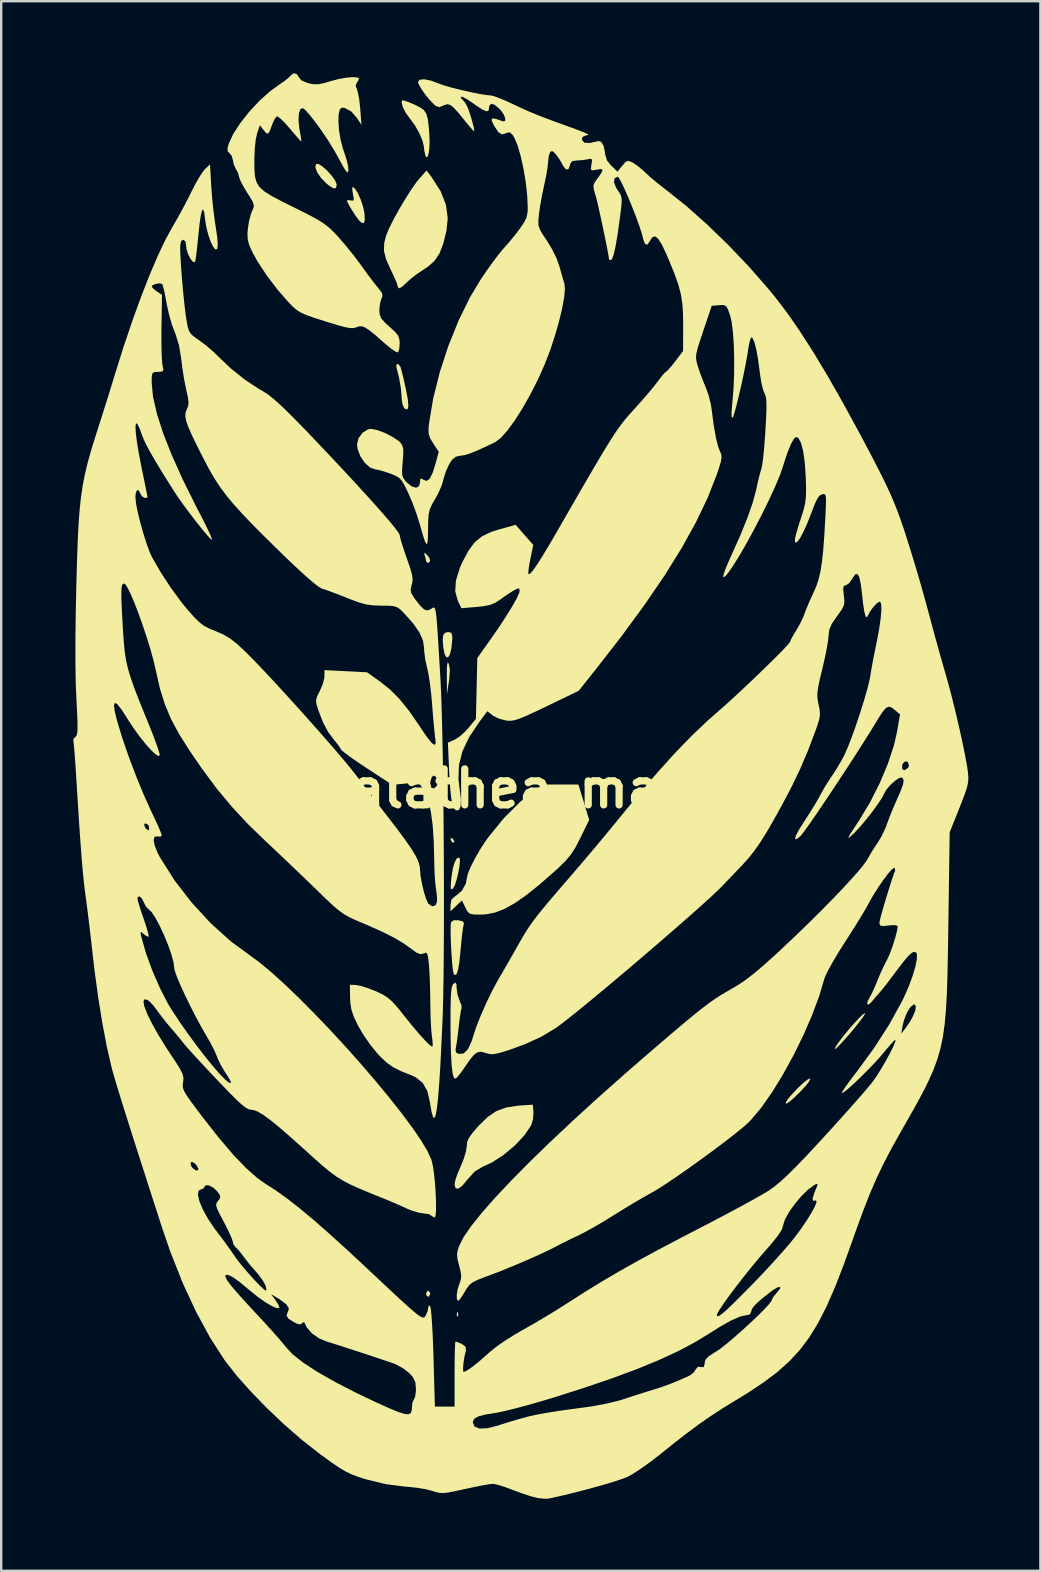
<source format=kicad_pcb>
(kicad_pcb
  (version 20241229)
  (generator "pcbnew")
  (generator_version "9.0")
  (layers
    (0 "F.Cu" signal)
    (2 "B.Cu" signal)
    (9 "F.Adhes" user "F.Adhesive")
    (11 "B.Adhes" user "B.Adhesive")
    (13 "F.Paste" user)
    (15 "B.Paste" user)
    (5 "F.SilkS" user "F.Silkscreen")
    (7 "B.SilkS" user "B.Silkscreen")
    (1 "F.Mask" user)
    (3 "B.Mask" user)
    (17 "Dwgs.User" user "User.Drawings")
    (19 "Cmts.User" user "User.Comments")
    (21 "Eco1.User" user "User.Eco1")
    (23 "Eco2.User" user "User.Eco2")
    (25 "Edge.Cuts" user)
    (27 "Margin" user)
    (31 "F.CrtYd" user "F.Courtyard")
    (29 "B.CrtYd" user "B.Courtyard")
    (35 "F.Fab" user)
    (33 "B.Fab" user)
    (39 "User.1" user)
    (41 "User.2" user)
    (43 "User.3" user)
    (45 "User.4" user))
  (footprint "calathea_mask"
    (layer "F.Cu")
    (at 18.592 29.795)
    (property "Reference" "calathea_mask" (at 0 0 0) (layer "F.SilkS") (effects (font (size 1.5 1.5) (thickness 0.3))))
    (attr board_only exclude_from_pos_files exclude_from_bom)
    (fp_poly (pts (xy -2.567 21.828) (xy -2.557 21.96) (xy -2.574 21.99) (xy -2.612 21.965) (xy -2.618 21.879) (xy -2.597 21.789)) (stroke (width 0) (type solid)) (fill yes) (layer "F.SilkS"))
    (fp_poly (pts (xy -3.735 20.981) (xy -3.725 21.04) (xy -3.771 21.152) (xy -3.81 21.167) (xy -3.885 21.098) (xy -3.895 21.04) (xy -3.849 20.927) (xy -3.81 20.913)) (stroke (width 0) (type solid)) (fill yes) (layer "F.SilkS"))
    (fp_poly (pts (xy -2.778 2.098) (xy -2.714 2.206) (xy -2.722 2.242) (xy -2.81 2.24) (xy -2.822 2.23) (xy -2.878 2.099) (xy -2.879 2.086) (xy -2.836 2.054)) (stroke (width 0) (type solid)) (fill yes) (layer "F.SilkS"))
    (fp_poly (pts (xy -2.949 -5.195) (xy -2.904 -4.964) (xy -2.928 -4.589) (xy -2.944 -4.476) (xy -3.026 -3.937) (xy -3.031 -4.657) (xy -3.03 -5) (xy -3.016 -5.192) (xy -2.988 -5.248)) (stroke (width 0) (type solid)) (fill yes) (layer "F.SilkS"))
    (fp_poly (pts (xy -3.918 -9.787) (xy -3.868 -9.747) (xy -3.757 -9.608) (xy -3.728 -9.472) (xy -3.791 -9.4) (xy -3.81 -9.398) (xy -3.892 -9.457) (xy -3.895 -9.476) (xy -3.922 -9.615) (xy -3.953 -9.709) (xy -3.981 -9.813)) (stroke (width 0) (type solid)) (fill yes) (layer "F.SilkS"))
    (fp_poly (pts (xy -2.843 -6.484) (xy -2.804 -6.348) (xy -2.804 -6.244) (xy -2.837 -5.871) (xy -2.897 -5.61) (xy -2.972 -5.472) (xy -3.053 -5.469) (xy -3.126 -5.611) (xy -3.177 -5.873) (xy -3.204 -6.207) (xy -3.176 -6.406) (xy -3.084 -6.5) (xy -2.958 -6.519)) (stroke (width 0) (type solid)) (fill yes) (layer "F.SilkS"))
    (fp_poly (pts (xy -8.374 -26.013) (xy -8.208 -25.907) (xy -8.014 -25.735) (xy -7.828 -25.531) (xy -7.685 -25.331) (xy -7.621 -25.172) (xy -7.62 -25.157) (xy -7.648 -25.014) (xy -7.743 -24.995) (xy -7.922 -25.104) (xy -8.04 -25.198) (xy -8.269 -25.43) (xy -8.432 -25.671) (xy -8.508 -25.88) (xy -8.477 -26.016)) (stroke (width 0) (type solid)) (fill yes) (layer "F.SilkS"))
    (fp_poly (pts (xy 12.107 12.102) (xy 12.049 12.213) (xy 11.9 12.398) (xy 11.697 12.617) (xy 11.476 12.835) (xy 11.276 13.012) (xy 11.132 13.113) (xy 11.098 13.123) (xy 11.089 13.068) (xy 11.178 12.925) (xy 11.312 12.764) (xy 11.587 12.474) (xy 11.823 12.251) (xy 12 12.114) (xy 12.096 12.078)) (stroke (width 0) (type solid)) (fill yes) (layer "F.SilkS"))
    (fp_poly (pts (xy -2.502 2.889) (xy -2.483 3.003) (xy -2.504 3.226) (xy -2.554 3.505) (xy -2.622 3.787) (xy -2.696 4.019) (xy -2.765 4.149) (xy -2.832 4.199) (xy -2.865 4.167) (xy -2.868 4.026) (xy -2.845 3.749) (xy -2.838 3.683) (xy -2.785 3.34) (xy -2.707 3.072) (xy -2.616 2.906) (xy -2.524 2.872)) (stroke (width 0) (type solid)) (fill yes) (layer "F.SilkS"))
    (fp_poly (pts (xy 14.39 9.364) (xy 14.339 9.463) (xy 14.201 9.654) (xy 14.005 9.903) (xy 13.776 10.178) (xy 13.545 10.445) (xy 13.336 10.671) (xy 13.18 10.823) (xy 13.163 10.837) (xy 13.12 10.847) (xy 13.169 10.744) (xy 13.276 10.583) (xy 13.476 10.319) (xy 13.702 10.042) (xy 13.929 9.781) (xy 14.135 9.561) (xy 14.293 9.41) (xy 14.38 9.353)) (stroke (width 0) (type solid)) (fill yes) (layer "F.SilkS"))
    (fp_poly (pts (xy -4.97 -17.58) (xy -4.96 -17.557) (xy -4.919 -17.415) (xy -4.854 -17.154) (xy -4.777 -16.819) (xy -4.74 -16.651) (xy -4.656 -16.206) (xy -4.633 -15.919) (xy -4.672 -15.789) (xy -4.772 -15.816) (xy -4.809 -15.85) (xy -4.875 -15.995) (xy -4.911 -16.228) (xy -4.913 -16.294) (xy -4.943 -16.668) (xy -5.022 -17.116) (xy -5.131 -17.547) (xy -5.13 -17.671) (xy -5.057 -17.683)) (stroke (width 0) (type solid)) (fill yes) (layer "F.SilkS"))
    (fp_poly (pts (xy -2.543 5.485) (xy -2.36 5.534) (xy -2.317 5.619) (xy -2.329 5.662) (xy -2.358 5.8) (xy -2.393 6.065) (xy -2.43 6.417) (xy -2.458 6.723) (xy -2.509 7.229) (xy -2.567 7.569) (xy -2.633 7.745) (xy -2.707 7.761) (xy -2.745 7.715) (xy -2.774 7.592) (xy -2.803 7.343) (xy -2.829 7.009) (xy -2.852 6.633) (xy -2.868 6.258) (xy -2.875 5.926) (xy -2.871 5.68) (xy -2.857 5.568) (xy -2.745 5.482)) (stroke (width 0) (type solid)) (fill yes) (layer "F.SilkS"))
    (fp_poly (pts (xy -6.854 -24.987) (xy -6.737 -24.795) (xy -6.619 -24.531) (xy -6.521 -24.242) (xy -6.463 -23.974) (xy -6.462 -23.964) (xy -6.447 -23.678) (xy -6.491 -23.549) (xy -6.595 -23.576) (xy -6.704 -23.686) (xy -6.821 -23.842) (xy -6.96 -24.056) (xy -7.09 -24.272) (xy -7.178 -24.437) (xy -7.197 -24.492) (xy -7.129 -24.511) (xy -7.034 -24.495) (xy -6.932 -24.485) (xy -6.905 -24.556) (xy -6.939 -24.75) (xy -6.941 -24.757) (xy -6.971 -24.953) (xy -6.959 -25.057) (xy -6.949 -25.061)) (stroke (width 0) (type solid)) (fill yes) (layer "F.SilkS"))
    (fp_poly (pts (xy -4.8 -28.653) (xy -4.602 -28.584) (xy -4.383 -28.49) (xy -4.143 -28.371) (xy -3.982 -28.254) (xy -3.882 -28.099) (xy -3.821 -27.869) (xy -3.781 -27.527) (xy -3.763 -27.305) (xy -3.749 -26.973) (xy -3.76 -26.678) (xy -3.79 -26.448) (xy -3.835 -26.314) (xy -3.888 -26.302) (xy -3.921 -26.363) (xy -3.971 -26.577) (xy -3.981 -26.698) (xy -4.034 -26.954) (xy -4.168 -27.28) (xy -4.356 -27.618) (xy -4.57 -27.908) (xy -4.571 -27.91) (xy -4.743 -28.144) (xy -4.864 -28.383) (xy -4.914 -28.577) (xy -4.891 -28.665)) (stroke (width 0) (type solid)) (fill yes) (layer "F.SilkS"))
    (fp_poly (pts (xy -3.666 -25.467) (xy -3.29 -24.879) (xy -3.068 -24.317) (xy -2.994 -23.756) (xy -3.048 -23.233) (xy -3.179 -22.697) (xy -3.335 -22.295) (xy -3.537 -21.99) (xy -3.805 -21.747) (xy -3.969 -21.638) (xy -4.266 -21.44) (xy -4.541 -21.227) (xy -4.694 -21.088) (xy -4.906 -20.891) (xy -5.033 -20.835) (xy -5.08 -20.918) (xy -5.08 -20.934) (xy -5.117 -21.056) (xy -5.212 -21.283) (xy -5.348 -21.571) (xy -5.377 -21.627) (xy -5.563 -22.048) (xy -5.649 -22.394) (xy -5.64 -22.721) (xy -5.56 -23.036) (xy -5.442 -23.324) (xy -5.251 -23.704) (xy -5.014 -24.134) (xy -4.757 -24.568) (xy -4.506 -24.962) (xy -4.285 -25.272) (xy -4.205 -25.369) (xy -3.875 -25.745)) (stroke (width 0) (type solid)) (fill yes) (layer "F.SilkS"))
    (fp_poly (pts (xy 0.576 13.478) (xy 0.56 13.761) (xy 0.484 14.018) (xy 0.479 14.028) (xy 0.2 14.442) (xy -0.196 14.863) (xy -0.661 15.253) (xy -1.15 15.571) (xy -1.551 15.756) (xy -1.878 15.953) (xy -2.165 16.275) (xy -2.381 16.536) (xy -2.551 16.662) (xy -2.665 16.649) (xy -2.709 16.492) (xy -2.709 16.475) (xy -2.674 16.297) (xy -2.581 16.027) (xy -2.455 15.734) (xy -2.324 15.413) (xy -2.233 15.104) (xy -2.201 14.892) (xy -2.183 14.72) (xy -2.112 14.55) (xy -1.966 14.344) (xy -1.722 14.064) (xy -1.686 14.025) (xy -1.321 13.669) (xy -0.965 13.43) (xy -0.566 13.284) (xy -0.07 13.207) (xy 0.127 13.192) (xy 0.55 13.166)) (stroke (width 0) (type solid)) (fill yes) (layer "F.SilkS"))
    (fp_poly (pts (xy 2.674 0.566) (xy 2.898 1.301) (xy 2.529 2.058) (xy 2.331 2.44) (xy 2.144 2.736) (xy 1.923 3.001) (xy 1.628 3.292) (xy 1.482 3.425) (xy 0.836 3.99) (xy 0.281 4.436) (xy -0.201 4.772) (xy -0.63 5.011) (xy -1.022 5.162) (xy -1.396 5.237) (xy -1.631 5.249) (xy -1.909 5.244) (xy -2.071 5.21) (xy -2.17 5.123) (xy -2.258 4.958) (xy -2.261 4.952) (xy -2.403 4.656) (xy -2.641 4.884) (xy -2.879 5.112) (xy -2.879 4.844) (xy -2.837 4.62) (xy -2.679 4.474) (xy -2.641 4.454) (xy -2.4 4.248) (xy -2.24 3.958) (xy -2.201 3.743) (xy -2.155 3.542) (xy -2.03 3.243) (xy -1.846 2.883) (xy -1.624 2.5) (xy -1.382 2.134) (xy -1.308 2.032) (xy -0.654 1.228) (xy 0.016 0.56) (xy 0.461 0.199) (xy 0.965 -0.169) (xy 1.708 -0.169) (xy 2.45 -0.169)) (stroke (width 0) (type solid)) (fill yes) (layer "F.SilkS"))
    (fp_poly (pts (xy -9.272 -29.757) (xy -9.206 -29.639) (xy -9.083 -29.494) (xy -8.81 -29.381) (xy -8.807 -29.38) (xy -8.581 -29.334) (xy -8.367 -29.338) (xy -8.1 -29.397) (xy -7.894 -29.459) (xy -7.545 -29.551) (xy -7.213 -29.611) (xy -6.934 -29.633) (xy -6.747 -29.616) (xy -6.689 -29.566) (xy -6.741 -29.452) (xy -6.781 -29.405) (xy -6.83 -29.274) (xy -6.78 -29.139) (xy -6.729 -28.972) (xy -6.68 -28.693) (xy -6.642 -28.356) (xy -6.638 -28.304) (xy -6.588 -27.644) (xy -6.761 -27.913) (xy -7.008 -28.2) (xy -7.282 -28.348) (xy -7.403 -28.363) (xy -7.49 -28.287) (xy -7.538 -28.082) (xy -7.548 -27.783) (xy -7.522 -27.426) (xy -7.461 -27.047) (xy -7.368 -26.68) (xy -7.319 -26.54) (xy -7.215 -26.222) (xy -7.146 -25.938) (xy -7.129 -25.748) (xy -7.129 -25.746) (xy -7.153 -25.67) (xy -7.205 -25.688) (xy -7.297 -25.818) (xy -7.442 -26.075) (xy -7.556 -26.289) (xy -7.757 -26.643) (xy -7.996 -27.027) (xy -8.254 -27.409) (xy -8.509 -27.761) (xy -8.739 -28.054) (xy -8.923 -28.258) (xy -9.035 -28.342) (xy -9.133 -28.302) (xy -9.193 -28.129) (xy -9.21 -27.856) (xy -9.178 -27.515) (xy -9.165 -27.442) (xy -9.12 -27.182) (xy -9.094 -27.003) (xy -9.092 -26.951) (xy -9.148 -27.003) (xy -9.286 -27.158) (xy -9.48 -27.385) (xy -9.561 -27.482) (xy -9.779 -27.729) (xy -9.965 -27.91) (xy -10.087 -27.997) (xy -10.11 -28) (xy -10.193 -27.907) (xy -10.286 -27.712) (xy -10.312 -27.641) (xy -10.404 -27.387) (xy -10.477 -27.279) (xy -10.558 -27.302) (xy -10.663 -27.425) (xy -10.816 -27.628) (xy -10.932 -27.297) (xy -10.989 -27.04) (xy -11.03 -26.666) (xy -11.048 -26.23) (xy -11.049 -26.147) (xy -11.045 -25.774) (xy -11.02 -25.483) (xy -10.955 -25.25) (xy -10.831 -25.054) (xy -10.63 -24.873) (xy -10.332 -24.684) (xy -9.918 -24.464) (xy -9.4 -24.207) (xy -8.909 -23.963) (xy -8.54 -23.77) (xy -8.261 -23.606) (xy -8.042 -23.451) (xy -7.849 -23.284) (xy -7.652 -23.084) (xy -7.565 -22.99) (xy -7.263 -22.641) (xy -6.928 -22.228) (xy -6.622 -21.824) (xy -6.552 -21.727) (xy -6.319 -21.404) (xy -6.098 -21.109) (xy -5.923 -20.887) (xy -5.862 -20.815) (xy -5.73 -20.641) (xy -5.714 -20.504) (xy -5.75 -20.419) (xy -5.812 -20.219) (xy -5.841 -19.957) (xy -5.842 -19.923) (xy -5.825 -19.73) (xy -5.756 -19.572) (xy -5.602 -19.4) (xy -5.419 -19.236) (xy -5.185 -19.022) (xy -5.057 -18.859) (xy -5.004 -18.697) (xy -4.995 -18.542) (xy -5.013 -18.32) (xy -5.057 -18.181) (xy -5.07 -18.167) (xy -5.164 -18.198) (xy -5.346 -18.321) (xy -5.583 -18.513) (xy -5.667 -18.586) (xy -6.015 -18.892) (xy -6.268 -19.096) (xy -6.45 -19.213) (xy -6.589 -19.258) (xy -6.712 -19.246) (xy -6.795 -19.213) (xy -6.906 -19.181) (xy -7.053 -19.18) (xy -7.265 -19.218) (xy -7.572 -19.3) (xy -8.004 -19.431) (xy -8.104 -19.463) (xy -8.551 -19.606) (xy -8.872 -19.72) (xy -9.104 -19.822) (xy -9.282 -19.933) (xy -9.442 -20.07) (xy -9.621 -20.253) (xy -9.623 -20.255) (xy -10.095 -20.795) (xy -10.54 -21.383) (xy -10.919 -21.961) (xy -11.111 -22.306) (xy -11.253 -22.613) (xy -11.322 -22.855) (xy -11.335 -23.108) (xy -11.322 -23.297) (xy -11.273 -23.619) (xy -11.197 -23.915) (xy -11.147 -24.045) (xy -11.083 -24.187) (xy -11.071 -24.307) (xy -11.121 -24.45) (xy -11.246 -24.662) (xy -11.35 -24.825) (xy -11.515 -25.098) (xy -11.634 -25.332) (xy -11.684 -25.476) (xy -11.684 -25.482) (xy -11.733 -25.658) (xy -11.808 -25.786) (xy -11.91 -26.003) (xy -11.935 -26.153) (xy -11.992 -26.353) (xy -12.076 -26.456) (xy -12.161 -26.549) (xy -12.164 -26.685) (xy -12.115 -26.859) (xy -11.928 -27.264) (xy -11.631 -27.723) (xy -11.255 -28.198) (xy -10.833 -28.65) (xy -10.395 -29.043) (xy -10.075 -29.276) (xy -9.824 -29.448) (xy -9.63 -29.6) (xy -9.542 -29.689) (xy -9.409 -29.795)) (stroke (width 0) (type solid)) (fill yes) (layer "F.SilkS"))
    (fp_poly (pts (xy -3.707 -29.491) (xy -3.397 -29.377) (xy -3.161 -29.291) (xy -2.813 -29.191) (xy -2.403 -29.089) (xy -1.982 -28.994) (xy -1.598 -28.92) (xy -1.302 -28.877) (xy -1.201 -28.871) (xy -1.056 -28.836) (xy -0.8 -28.74) (xy -0.476 -28.6) (xy -0.24 -28.49) (xy 0.09 -28.335) (xy 0.406 -28.194) (xy 0.744 -28.055) (xy 1.138 -27.902) (xy 1.623 -27.723) (xy 2.201 -27.515) (xy 2.466 -27.416) (xy 2.7 -27.323) (xy 2.709 -27.319) (xy 2.851 -27.253) (xy 2.844 -27.221) (xy 2.74 -27.199) (xy 2.605 -27.131) (xy 2.6 -27.008) (xy 2.701 -26.901) (xy 2.926 -26.889) (xy 3.28 -26.971) (xy 3.4 -26.931) (xy 3.499 -26.767) (xy 3.552 -26.524) (xy 3.556 -26.437) (xy 3.64 -26.159) (xy 3.817 -25.945) (xy 4.078 -25.696) (xy 4.278 -25.946) (xy 4.419 -26.105) (xy 4.528 -26.147) (xy 4.674 -26.092) (xy 4.711 -26.073) (xy 4.914 -25.937) (xy 5.152 -25.738) (xy 5.241 -25.654) (xy 5.456 -25.457) (xy 5.75 -25.211) (xy 6.065 -24.965) (xy 6.105 -24.934) (xy 6.934 -24.273) (xy 7.809 -23.497) (xy 8.694 -22.639) (xy 9.557 -21.733) (xy 10.363 -20.812) (xy 10.628 -20.489) (xy 11.137 -19.823) (xy 11.671 -19.054) (xy 12.237 -18.173) (xy 12.84 -17.169) (xy 13.486 -16.033) (xy 14.183 -14.755) (xy 14.645 -13.881) (xy 14.978 -13.237) (xy 15.245 -12.699) (xy 15.464 -12.228) (xy 15.651 -11.782) (xy 15.825 -11.322) (xy 16.003 -10.806) (xy 16.103 -10.499) (xy 16.304 -9.86) (xy 16.524 -9.132) (xy 16.742 -8.385) (xy 16.937 -7.689) (xy 17.024 -7.366) (xy 17.178 -6.788) (xy 17.343 -6.183) (xy 17.504 -5.604) (xy 17.646 -5.102) (xy 17.729 -4.819) (xy 17.867 -4.329) (xy 18.017 -3.757) (xy 18.169 -3.139) (xy 18.315 -2.511) (xy 18.448 -1.909) (xy 18.558 -1.369) (xy 18.638 -0.929) (xy 18.674 -0.677) (xy 18.69 -0.468) (xy 18.681 -0.277) (xy 18.638 -0.065) (xy 18.55 0.206) (xy 18.41 0.576) (xy 18.319 0.804) (xy 17.912 1.82) (xy 17.856 5.715) (xy 17.84 6.789) (xy 17.821 7.713) (xy 17.796 8.51) (xy 17.759 9.197) (xy 17.705 9.797) (xy 17.631 10.329) (xy 17.53 10.814) (xy 17.4 11.272) (xy 17.233 11.723) (xy 17.027 12.188) (xy 16.776 12.687) (xy 16.476 13.24) (xy 16.121 13.868) (xy 15.851 14.34) (xy 15.478 15.007) (xy 15.156 15.622) (xy 14.868 16.226) (xy 14.595 16.857) (xy 14.32 17.555) (xy 14.025 18.36) (xy 13.887 18.754) (xy 13.501 19.827) (xy 13.141 20.754) (xy 12.791 21.554) (xy 12.44 22.245) (xy 12.072 22.846) (xy 11.674 23.377) (xy 11.233 23.855) (xy 10.735 24.3) (xy 10.165 24.73) (xy 9.512 25.165) (xy 8.975 25.494) (xy 8.446 25.818) (xy 7.959 26.135) (xy 7.479 26.469) (xy 6.972 26.844) (xy 6.404 27.286) (xy 5.823 27.752) (xy 5.453 28.038) (xy 5.075 28.308) (xy 4.738 28.529) (xy 4.512 28.657) (xy 4.282 28.749) (xy 3.921 28.868) (xy 3.464 29.005) (xy 2.944 29.15) (xy 2.397 29.294) (xy 1.857 29.427) (xy 1.357 29.54) (xy 1.185 29.575) (xy 1.024 29.577) (xy 0.782 29.55) (xy 0.72 29.54) (xy 0.476 29.477) (xy 0.143 29.37) (xy -0.214 29.238) (xy -0.268 29.217) (xy -0.597 29.094) (xy -0.887 29.003) (xy -1.087 28.958) (xy -1.115 28.956) (xy -1.275 28.974) (xy -1.558 29.023) (xy -1.922 29.096) (xy -2.275 29.173) (xy -2.691 29.264) (xy -2.983 29.32) (xy -3.191 29.341) (xy -3.355 29.331) (xy -3.515 29.291) (xy -3.629 29.253) (xy -3.9 29.184) (xy -4.271 29.122) (xy -4.674 29.079) (xy -4.784 29.071) (xy -5.576 28.97) (xy -6.39 28.771) (xy -6.717 28.668) (xy -6.987 28.567) (xy -7.236 28.448) (xy -7.5 28.293) (xy -7.814 28.08) (xy -8.214 27.79) (xy -8.379 27.668) (xy -9.079 27.117) (xy -9.802 26.488) (xy -9.892 26.403) (xy -1.947 26.403) (xy -1.877 26.573) (xy -1.677 26.653) (xy -1.36 26.643) (xy -0.941 26.541) (xy -0.889 26.524) (xy -0.491 26.397) (xy -0.032 26.261) (xy 0.36 26.153) (xy 0.688 26.08) (xy 1.133 25.998) (xy 1.642 25.917) (xy 2.164 25.845) (xy 2.307 25.827) (xy 3.015 25.729) (xy 3.642 25.612) (xy 4.151 25.486) (xy 4.276 25.447) (xy 4.693 25.311) (xy 5.145 25.167) (xy 5.535 25.047) (xy 5.546 25.044) (xy 5.957 24.912) (xy 6.351 24.765) (xy 6.793 24.578) (xy 7.089 24.444) (xy 7.258 24.313) (xy 7.329 24.198) (xy 7.423 24.082) (xy 7.542 24.09) (xy 7.664 24.096) (xy 7.704 23.98) (xy 7.705 23.932) (xy 7.739 23.789) (xy 7.864 23.654) (xy 8.11 23.494) (xy 8.157 23.467) (xy 8.352 23.336) (xy 8.62 23.125) (xy 8.936 22.858) (xy 9.278 22.557) (xy 9.619 22.244) (xy 9.936 21.943) (xy 10.203 21.675) (xy 10.397 21.464) (xy 10.493 21.331) (xy 10.499 21.31) (xy 10.553 21.194) (xy 10.687 21.023) (xy 10.726 20.981) (xy 10.85 20.822) (xy 10.848 20.752) (xy 10.737 20.776) (xy 10.539 20.896) (xy 10.488 20.934) (xy 10.111 21.23) (xy 9.859 21.45) (xy 9.713 21.614) (xy 9.655 21.737) (xy 9.652 21.768) (xy 9.591 21.901) (xy 9.461 21.931) (xy 9.194 21.985) (xy 8.823 22.146) (xy 8.341 22.417) (xy 7.916 22.686) (xy 7.297 23.063) (xy 6.6 23.432) (xy 5.808 23.798) (xy 4.908 24.169) (xy 3.885 24.549) (xy 2.724 24.946) (xy 1.45 25.352) (xy 0.88 25.524) (xy 0.321 25.683) (xy -0.192 25.82) (xy -0.623 25.926) (xy -0.938 25.992) (xy -1 26.002) (xy -1.43 26.072) (xy -1.714 26.147) (xy -1.877 26.237) (xy -1.943 26.352) (xy -1.947 26.403) (xy -9.892 26.403) (xy -10.513 25.814) (xy -11.181 25.128) (xy -11.773 24.462) (xy -12.256 23.849) (xy -12.297 23.791) (xy -12.897 22.859) (xy -13.479 21.785) (xy -14.031 20.594) (xy -14.133 20.336) (xy -12.257 20.336) (xy -12.188 20.471) (xy -12.033 20.681) (xy -11.784 20.977) (xy -11.433 21.369) (xy -10.97 21.868) (xy -10.936 21.904) (xy -10.594 22.274) (xy -10.276 22.625) (xy -10.01 22.927) (xy -9.819 23.154) (xy -9.75 23.242) (xy -9.462 23.555) (xy -9.015 23.909) (xy -8.414 24.3) (xy -7.665 24.726) (xy -6.772 25.184) (xy -5.927 25.585) (xy -5.423 25.812) (xy -5.051 25.965) (xy -4.792 26.047) (xy -4.625 26.06) (xy -4.532 26.008) (xy -4.493 25.892) (xy -4.487 25.786) (xy -4.465 25.575) (xy -4.41 25.448) (xy -4.403 25.442) (xy -4.352 25.333) (xy -4.322 25.118) (xy -4.318 25.006) (xy -4.342 24.727) (xy -4.439 24.521) (xy -4.593 24.347) (xy -4.855 24.143) (xy -5.167 23.974) (xy -5.249 23.942) (xy -5.621 23.816) (xy -6.057 23.67) (xy -6.522 23.516) (xy -6.981 23.366) (xy -7.399 23.23) (xy -7.739 23.122) (xy -7.968 23.052) (xy -8.016 23.038) (xy -8.355 22.897) (xy -8.655 22.686) (xy -8.862 22.446) (xy -8.901 22.366) (xy -8.975 22.226) (xy -9.042 22.241) (xy -9.053 22.257) (xy -9.13 22.319) (xy -9.266 22.289) (xy -9.381 22.234) (xy -9.621 22.084) (xy -9.709 21.95) (xy -9.659 21.81) (xy -9.648 21.796) (xy -9.607 21.649) (xy -9.719 21.478) (xy -9.988 21.275) (xy -10.08 21.219) (xy -10.351 21.06) (xy -10.156 21.324) (xy -10.043 21.503) (xy -10.004 21.622) (xy -10.01 21.637) (xy -10.122 21.638) (xy -10.332 21.546) (xy -10.611 21.379) (xy -10.928 21.154) (xy -11.253 20.89) (xy -11.263 20.881) (xy -11.669 20.544) (xy -11.968 20.333) (xy -12.165 20.247) (xy -12.249 20.264) (xy -12.257 20.336) (xy -14.133 20.336) (xy -14.539 19.314) (xy -14.882 18.318) (xy -15.272 17.111) (xy -15.334 16.918) (xy -13.398 16.918) (xy -13.338 17.186) (xy -13.196 17.525) (xy -12.981 17.914) (xy -12.699 18.334) (xy -12.564 18.512) (xy -12.32 18.834) (xy -12.072 19.177) (xy -11.899 19.431) (xy -11.739 19.653) (xy -11.522 19.922) (xy -11.277 20.208) (xy -11.031 20.481) (xy -10.81 20.709) (xy -10.644 20.863) (xy -10.562 20.913) (xy -10.546 20.845) (xy -10.59 20.682) (xy -10.59 20.68) (xy -10.699 20.483) (xy -10.879 20.239) (xy -10.993 20.108) (xy -11.22 19.848) (xy -11.434 19.579) (xy -11.511 19.473) (xy -11.664 19.271) (xy -11.798 19.13) (xy -11.826 19.109) (xy -11.926 18.973) (xy -11.939 18.898) (xy -11.978 18.763) (xy -12.082 18.522) (xy -12.232 18.216) (xy -12.322 18.043) (xy -12.498 17.711) (xy -12.6 17.493) (xy -12.64 17.354) (xy -12.625 17.261) (xy -12.565 17.178) (xy -12.56 17.173) (xy -12.471 17.053) (xy -12.478 16.947) (xy -12.588 16.783) (xy -12.74 16.634) (xy -12.913 16.538) (xy -13.057 16.514) (xy -13.123 16.578) (xy -13.123 16.589) (xy -13.191 16.671) (xy -13.241 16.679) (xy -13.368 16.742) (xy -13.398 16.918) (xy -15.334 16.918) (xy -15.612 16.053) (xy -15.761 15.59) (xy -13.709 15.59) (xy -13.68 15.718) (xy -13.629 15.793) (xy -13.497 15.901) (xy -13.399 15.9) (xy -13.377 15.839) (xy -13.432 15.723) (xy -13.522 15.616) (xy -13.647 15.542) (xy -13.709 15.59) (xy -15.761 15.59) (xy -15.907 15.135) (xy -16.159 14.346) (xy -16.371 13.675) (xy -16.549 13.111) (xy -16.693 12.643) (xy -16.809 12.261) (xy -16.9 11.954) (xy -16.968 11.711) (xy -17.008 11.557) (xy -17.198 10.723) (xy -17.381 9.758) (xy -17.552 8.7) (xy -17.703 7.586) (xy -17.778 6.943) (xy -17.843 6.364) (xy -17.911 5.781) (xy -17.977 5.238) (xy -18.036 4.779) (xy -18.061 4.593) (xy -15.916 4.593) (xy -15.888 4.717) (xy -15.816 4.956) (xy -15.712 5.269) (xy -15.662 5.412) (xy -15.555 5.733) (xy -15.48 5.989) (xy -15.449 6.142) (xy -15.452 6.167) (xy -15.537 6.148) (xy -15.655 6.061) (xy -15.762 5.973) (xy -15.791 5.999) (xy -15.759 6.161) (xy -15.751 6.195) (xy -15.56 6.862) (xy -15.296 7.584) (xy -14.985 8.299) (xy -14.653 8.945) (xy -14.456 9.271) (xy -14.117 9.778) (xy -13.765 10.278) (xy -13.412 10.755) (xy -13.073 11.194) (xy -12.76 11.578) (xy -12.486 11.892) (xy -12.264 12.12) (xy -12.108 12.247) (xy -12.029 12.256) (xy -12.023 12.225) (xy -12.066 12.132) (xy -12.178 11.948) (xy -12.267 11.813) (xy -12.434 11.534) (xy -12.571 11.253) (xy -12.608 11.156) (xy -12.704 10.927) (xy -12.857 10.626) (xy -13.007 10.362) (xy -13.238 9.964) (xy -13.48 9.518) (xy -13.718 9.052) (xy -13.94 8.597) (xy -14.131 8.18) (xy -14.278 7.831) (xy -14.366 7.579) (xy -14.386 7.471) (xy -14.414 7.233) (xy -14.504 6.904) (xy -14.639 6.519) (xy -14.805 6.116) (xy -14.985 5.728) (xy -15.163 5.394) (xy -15.325 5.148) (xy -15.453 5.026) (xy -15.458 5.023) (xy -15.561 4.92) (xy -15.653 4.735) (xy -15.743 4.564) (xy -15.839 4.487) (xy -15.906 4.523) (xy -15.916 4.593) (xy -18.061 4.593) (xy -18.076 4.487) (xy -18.119 4.159) (xy -18.162 3.778) (xy -18.205 3.327) (xy -18.25 2.789) (xy -18.297 2.148) (xy -18.342 1.502) (xy -15.639 1.502) (xy -15.594 1.63) (xy -15.573 1.658) (xy -15.469 1.74) (xy -15.424 1.695) (xy -15.446 1.552) (xy -15.483 1.501) (xy -15.593 1.443) (xy -15.639 1.502) (xy -18.342 1.502) (xy -18.35 1.385) (xy -18.407 0.485) (xy -18.464 -0.423) (xy -18.495 -0.92) (xy -18.526 -1.355) (xy -18.554 -1.702) (xy -18.577 -1.934) (xy -18.592 -2.024) (xy -18.563 -2.094) (xy -18.5 -2.151) (xy -18.456 -2.205) (xy -18.427 -2.307) (xy -18.413 -2.48) (xy -18.414 -2.747) (xy -18.429 -3.133) (xy -18.457 -3.661) (xy -18.46 -3.725) (xy -18.488 -4.426) (xy -18.502 -5.29) (xy -18.5 -6.312) (xy -18.484 -7.487) (xy -18.463 -8.467) (xy -18.436 -9.441) (xy -18.407 -10.271) (xy -18.371 -10.98) (xy -18.327 -11.594) (xy -18.271 -12.123) (xy -16.002 -12.123) (xy -15.975 -11.865) (xy -15.901 -11.496) (xy -15.793 -11.061) (xy -15.665 -10.607) (xy -15.529 -10.18) (xy -15.398 -9.827) (xy -15.318 -9.652) (xy -14.959 -9.026) (xy -14.534 -8.375) (xy -14.093 -7.772) (xy -13.854 -7.479) (xy -13.572 -7.159) (xy -13.352 -6.939) (xy -13.151 -6.785) (xy -12.927 -6.666) (xy -12.663 -6.558) (xy -12.346 -6.422) (xy -12.072 -6.261) (xy -11.791 -6.044) (xy -11.457 -5.736) (xy -11.403 -5.683) (xy -11.079 -5.358) (xy -10.679 -4.939) (xy -10.22 -4.448) (xy -9.722 -3.906) (xy -9.205 -3.336) (xy -8.688 -2.758) (xy -8.19 -2.194) (xy -7.731 -1.667) (xy -7.331 -1.198) (xy -7.008 -0.808) (xy -6.783 -0.521) (xy -6.495 -0.136) (xy -6.15 0.319) (xy -5.796 0.781) (xy -5.539 1.112) (xy -5.095 1.688) (xy -4.752 2.153) (xy -4.497 2.524) (xy -4.32 2.818) (xy -4.211 3.054) (xy -4.158 3.249) (xy -4.149 3.364) (xy -4.126 3.637) (xy -4.066 3.971) (xy -3.984 4.312) (xy -3.893 4.602) (xy -3.806 4.787) (xy -3.796 4.8) (xy -3.641 4.904) (xy -3.505 4.858) (xy -3.449 4.749) (xy -3.438 4.567) (xy -3.463 4.308) (xy -3.478 4.22) (xy -3.51 3.967) (xy -3.537 3.608) (xy -3.553 3.205) (xy -3.555 3.048) (xy -3.576 2.202) (xy -3.623 1.507) (xy -3.699 0.948) (xy -3.806 0.51) (xy -3.947 0.176) (xy -3.95 0.17) (xy -4.15 -0.191) (xy -3.724 -0.191) (xy -3.676 -0.037) (xy -3.567 -0.008) (xy -3.457 -0.106) (xy -3.428 -0.173) (xy -3.419 -0.34) (xy -3.477 -0.479) (xy -3.567 -0.543) (xy -3.653 -0.491) (xy -3.711 -0.32) (xy -3.724 -0.191) (xy -4.15 -0.191) (xy -4.191 -0.264) (xy -4.747 -0.21) (xy -5.303 -0.155) (xy -6.356 -0.843) (xy -6.729 -1.092) (xy -7.048 -1.315) (xy -7.288 -1.493) (xy -7.423 -1.608) (xy -7.442 -1.633) (xy -7.515 -1.758) (xy -7.659 -1.945) (xy -7.716 -2.012) (xy -7.977 -2.361) (xy -8.192 -2.768) (xy -8.378 -3.252) (xy -8.46 -3.508) (xy -8.481 -3.679) (xy -8.436 -3.84) (xy -8.327 -4.056) (xy -8.207 -4.332) (xy -8.136 -4.594) (xy -8.128 -4.682) (xy -8.128 -4.935) (xy -7.242 -4.89) (xy -6.355 -4.845) (xy -5.805 -4.452) (xy -5.39 -4.121) (xy -5.001 -3.729) (xy -4.611 -3.247) (xy -4.192 -2.642) (xy -4.111 -2.519) (xy -3.85 -2.133) (xy -3.661 -1.9) (xy -3.544 -1.818) (xy -3.496 -1.888) (xy -3.509 -2.054) (xy -3.533 -2.241) (xy -3.564 -2.554) (xy -3.6 -2.954) (xy -3.636 -3.399) (xy -3.641 -3.471) (xy -3.683 -3.937) (xy -3.736 -4.381) (xy -3.793 -4.755) (xy -3.848 -5.013) (xy -3.853 -5.03) (xy -3.931 -5.372) (xy -3.975 -5.732) (xy -3.979 -5.843) (xy -4.024 -6.164) (xy -4.17 -6.498) (xy -4.429 -6.872) (xy -4.811 -7.303) (xy -4.973 -7.464) (xy -5.109 -7.558) (xy -5.274 -7.604) (xy -5.519 -7.619) (xy -5.757 -7.62) (xy -6.093 -7.63) (xy -6.38 -7.668) (xy -6.678 -7.748) (xy -7.048 -7.885) (xy -7.2 -7.946) (xy -7.565 -8.09) (xy -7.896 -8.215) (xy -8.144 -8.302) (xy -8.234 -8.328) (xy -8.374 -8.408) (xy -8.618 -8.6) (xy -8.955 -8.893) (xy -9.372 -9.277) (xy -9.856 -9.74) (xy -9.919 -9.802) (xy -10.566 -10.437) (xy -11.103 -10.976) (xy -11.547 -11.44) (xy -11.914 -11.846) (xy -12.219 -12.214) (xy -12.477 -12.562) (xy -12.706 -12.911) (xy -12.92 -13.278) (xy -13.134 -13.682) (xy -13.427 -14.258) (xy -13.645 -14.707) (xy -13.795 -15.05) (xy -13.886 -15.308) (xy -13.923 -15.502) (xy -13.916 -15.652) (xy -13.869 -15.781) (xy -13.865 -15.79) (xy -13.805 -15.932) (xy -13.789 -16.087) (xy -13.817 -16.305) (xy -13.888 -16.625) (xy -13.971 -17.035) (xy -14.046 -17.505) (xy -14.093 -17.893) (xy -14.184 -18.456) (xy -14.335 -18.945) (xy -14.367 -19.019) (xy -14.483 -19.329) (xy -14.598 -19.73) (xy -14.691 -20.144) (xy -14.704 -20.218) (xy -14.767 -20.555) (xy -14.827 -20.826) (xy -14.875 -20.989) (xy -14.888 -21.016) (xy -15.002 -21.044) (xy -15.166 -21.017) (xy -15.297 -20.957) (xy -15.325 -20.913) (xy -15.261 -20.825) (xy -15.109 -20.706) (xy -14.894 -20.566) (xy -14.917 -19.236) (xy -14.921 -18.756) (xy -14.915 -18.316) (xy -14.903 -17.952) (xy -14.883 -17.702) (xy -14.871 -17.632) (xy -14.836 -17.445) (xy -14.883 -17.371) (xy -15.047 -17.357) (xy -15.064 -17.357) (xy -15.216 -17.349) (xy -15.293 -17.296) (xy -15.321 -17.157) (xy -15.325 -16.912) (xy -15.27 -16.329) (xy -15.11 -15.624) (xy -14.847 -14.804) (xy -14.482 -13.877) (xy -14.02 -12.85) (xy -13.463 -11.73) (xy -13.359 -11.531) (xy -13.155 -11.136) (xy -12.988 -10.796) (xy -12.869 -10.537) (xy -12.812 -10.386) (xy -12.81 -10.36) (xy -12.875 -10.405) (xy -13.019 -10.561) (xy -13.22 -10.801) (xy -13.458 -11.099) (xy -13.712 -11.428) (xy -13.961 -11.762) (xy -14.185 -12.074) (xy -14.349 -12.319) (xy -14.79 -13.015) (xy -15.139 -13.586) (xy -15.403 -14.042) (xy -15.59 -14.397) (xy -15.705 -14.662) (xy -15.721 -14.707) (xy -15.838 -15.028) (xy -15.924 -15.193) (xy -15.977 -15.211) (xy -15.999 -15.091) (xy -15.988 -14.844) (xy -15.944 -14.478) (xy -15.867 -14.003) (xy -15.757 -13.429) (xy -15.747 -13.377) (xy -15.658 -12.945) (xy -15.583 -12.577) (xy -15.528 -12.302) (xy -15.498 -12.149) (xy -15.494 -12.129) (xy -15.563 -12.109) (xy -15.615 -12.107) (xy -15.736 -12.178) (xy -15.79 -12.277) (xy -15.868 -12.427) (xy -15.942 -12.422) (xy -15.992 -12.278) (xy -16.002 -12.123) (xy -18.271 -12.123) (xy -18.269 -12.137) (xy -18.196 -12.633) (xy -18.103 -13.108) (xy -17.987 -13.586) (xy -17.845 -14.091) (xy -17.674 -14.648) (xy -17.572 -14.967) (xy -17.394 -15.523) (xy -17.195 -16.154) (xy -17.001 -16.779) (xy -16.85 -17.272) (xy -16.498 -18.391) (xy -16.136 -19.462) (xy -15.773 -20.465) (xy -15.415 -21.381) (xy -15.07 -22.19) (xy -14.746 -22.872) (xy -14.461 -23.391) (xy -14.221 -23.806) (xy -13.96 -24.288) (xy -13.724 -24.746) (xy -13.674 -24.85) (xy -13.494 -25.2) (xy -13.315 -25.509) (xy -13.163 -25.734) (xy -13.102 -25.805) (xy -12.895 -25.998) (xy -12.843 -25.081) (xy -12.806 -24.591) (xy -12.75 -24.057) (xy -12.685 -23.567) (xy -12.656 -23.386) (xy -12.595 -22.966) (xy -12.573 -22.657) (xy -12.593 -22.482) (xy -12.597 -22.472) (xy -12.668 -22.451) (xy -12.761 -22.563) (xy -12.864 -22.775) (xy -12.963 -23.056) (xy -13.046 -23.371) (xy -13.099 -23.689) (xy -13.103 -23.733) (xy -13.139 -24.011) (xy -13.182 -24.123) (xy -13.229 -24.073) (xy -13.28 -23.865) (xy -13.333 -23.502) (xy -13.387 -22.988) (xy -13.389 -22.968) (xy -13.427 -22.575) (xy -13.465 -22.248) (xy -13.498 -22.021) (xy -13.52 -21.929) (xy -13.602 -21.938) (xy -13.706 -22.062) (xy -13.805 -22.251) (xy -13.872 -22.458) (xy -13.885 -22.573) (xy -13.915 -22.788) (xy -14.008 -22.86) (xy -14.012 -22.86) (xy -14.098 -22.808) (xy -14.135 -22.632) (xy -14.138 -22.5) (xy -14.127 -22.16) (xy -14.099 -21.703) (xy -14.058 -21.178) (xy -14.009 -20.637) (xy -13.957 -20.13) (xy -13.905 -19.707) (xy -13.879 -19.536) (xy -13.823 -19.229) (xy -13.758 -19.033) (xy -13.647 -18.891) (xy -13.458 -18.747) (xy -13.348 -18.673) (xy -13.041 -18.443) (xy -12.714 -18.158) (xy -12.523 -17.97) (xy -12.028 -17.499) (xy -11.457 -17.043) (xy -10.88 -16.658) (xy -10.678 -16.543) (xy -10.463 -16.403) (xy -10.188 -16.181) (xy -9.843 -15.865) (xy -9.415 -15.443) (xy -8.891 -14.906) (xy -8.806 -14.817) (xy -8.077 -14.05) (xy -7.407 -13.337) (xy -6.803 -12.686) (xy -6.273 -12.105) (xy -5.824 -11.604) (xy -5.465 -11.191) (xy -5.202 -10.873) (xy -5.043 -10.66) (xy -4.996 -10.566) (xy -4.969 -10.428) (xy -4.894 -10.173) (xy -4.786 -9.841) (xy -4.699 -9.592) (xy -4.565 -9.203) (xy -4.486 -8.932) (xy -4.456 -8.739) (xy -4.468 -8.586) (xy -4.495 -8.485) (xy -4.541 -8.294) (xy -4.512 -8.137) (xy -4.391 -7.941) (xy -4.355 -7.892) (xy -4.138 -7.614) (xy -3.979 -7.463) (xy -3.847 -7.42) (xy -3.711 -7.468) (xy -3.678 -7.488) (xy -3.626 -7.524) (xy -3.583 -7.544) (xy -3.548 -7.533) (xy -3.518 -7.475) (xy -3.491 -7.356) (xy -3.466 -7.16) (xy -3.441 -6.872) (xy -3.413 -6.475) (xy -3.38 -5.954) (xy -3.341 -5.295) (xy -3.296 -4.53) (xy -3.27 -3.987) (xy -3.246 -3.296) (xy -3.224 -2.478) (xy -3.205 -1.556) (xy -3.189 -0.551) (xy -3.175 0.516) (xy -3.165 1.623) (xy -3.157 2.749) (xy -3.153 3.872) (xy -3.152 4.971) (xy -3.154 6.024) (xy -3.16 7.01) (xy -3.169 7.907) (xy -3.183 8.694) (xy -3.2 9.349) (xy -3.209 9.59) (xy -3.257 10.665) (xy -3.304 11.574) (xy -3.351 12.32) (xy -3.398 12.904) (xy -3.447 13.33) (xy -3.496 13.601) (xy -3.548 13.719) (xy -3.601 13.688) (xy -3.657 13.51) (xy -3.716 13.188) (xy -3.733 13.071) (xy -3.844 12.598) (xy -4.036 12.258) (xy -4.326 12.024) (xy -4.518 11.936) (xy -4.949 11.765) (xy -5.269 11.603) (xy -5.532 11.417) (xy -5.792 11.173) (xy -5.922 11.034) (xy -6.21 10.681) (xy -6.499 10.266) (xy -6.728 9.876) (xy -6.732 9.868) (xy -6.906 9.5) (xy -7.006 9.207) (xy -7.052 8.92) (xy -7.061 8.703) (xy -7.07 8.17) (xy -6.81 8.181) (xy -6.603 8.221) (xy -6.307 8.314) (xy -5.985 8.441) (xy -5.98 8.443) (xy -5.705 8.574) (xy -5.489 8.71) (xy -5.291 8.885) (xy -5.069 9.135) (xy -4.853 9.406) (xy -4.519 9.823) (xy -4.214 10.186) (xy -3.954 10.474) (xy -3.759 10.669) (xy -3.645 10.751) (xy -3.637 10.753) (xy -3.618 10.678) (xy -3.63 10.488) (xy -3.649 10.351) (xy -3.675 10.106) (xy -3.698 9.743) (xy -3.714 9.31) (xy -3.72 8.881) (xy -3.727 8.414) (xy -3.741 7.953) (xy -3.76 7.555) (xy -3.779 7.297) (xy -3.814 7.016) (xy -3.851 6.872) (xy -3.908 6.833) (xy -3.994 6.866) (xy -4.127 6.898) (xy -4.287 6.836) (xy -4.469 6.706) (xy -4.823 6.452) (xy -5.223 6.213) (xy -5.704 5.97) (xy -6.303 5.702) (xy -6.481 5.627) (xy -6.828 5.48) (xy -7.098 5.353) (xy -7.326 5.223) (xy -7.544 5.065) (xy -7.787 4.857) (xy -8.088 4.574) (xy -8.424 4.246) (xy -8.856 3.828) (xy -9.361 3.344) (xy -9.886 2.844) (xy -10.381 2.377) (xy -10.573 2.198) (xy -11.318 1.474) (xy -11.985 0.757) (xy -12.611 0.004) (xy -13.231 -0.83) (xy -13.75 -1.586) (xy -14.184 -2.274) (xy -14.519 -2.899) (xy -14.778 -3.514) (xy -14.982 -4.173) (xy -15.155 -4.931) (xy -15.157 -4.944) (xy -15.248 -5.337) (xy -15.374 -5.793) (xy -15.526 -6.287) (xy -15.694 -6.79) (xy -15.867 -7.277) (xy -16.037 -7.72) (xy -16.194 -8.092) (xy -16.328 -8.367) (xy -16.428 -8.517) (xy -16.458 -8.536) (xy -16.515 -8.531) (xy -16.555 -8.477) (xy -16.579 -8.357) (xy -16.589 -8.15) (xy -16.585 -7.84) (xy -16.566 -7.408) (xy -16.534 -6.835) (xy -16.512 -6.477) (xy -16.482 -6.051) (xy -16.444 -5.682) (xy -16.391 -5.34) (xy -16.313 -4.999) (xy -16.203 -4.63) (xy -16.054 -4.204) (xy -15.858 -3.693) (xy -15.606 -3.069) (xy -15.458 -2.709) (xy -15.29 -2.29) (xy -15.149 -1.915) (xy -15.046 -1.618) (xy -14.994 -1.432) (xy -14.99 -1.397) (xy -15.036 -1.351) (xy -15.16 -1.425) (xy -15.343 -1.596) (xy -15.567 -1.846) (xy -15.813 -2.152) (xy -16.063 -2.495) (xy -16.299 -2.854) (xy -16.341 -2.922) (xy -16.58 -3.294) (xy -16.752 -3.51) (xy -16.857 -3.571) (xy -16.895 -3.478) (xy -16.865 -3.23) (xy -16.771 -2.843) (xy -16.562 -2.149) (xy -16.294 -1.368) (xy -15.99 -0.56) (xy -15.673 0.215) (xy -15.367 0.894) (xy -15.36 0.91) (xy -15.185 1.28) (xy -15.04 1.599) (xy -14.941 1.833) (xy -14.902 1.95) (xy -14.901 1.952) (xy -14.967 2.005) (xy -15.071 1.99) (xy -15.201 2.002) (xy -15.243 2.137) (xy -15.199 2.371) (xy -15.073 2.684) (xy -14.974 2.872) (xy -14.367 3.831) (xy -13.653 4.754) (xy -12.864 5.609) (xy -12.032 6.359) (xy -11.294 6.902) (xy -10.856 7.221) (xy -10.348 7.642) (xy -9.784 8.151) (xy -9.179 8.732) (xy -8.545 9.37) (xy -7.896 10.048) (xy -7.247 10.752) (xy -6.611 11.467) (xy -6.002 12.176) (xy -5.433 12.864) (xy -4.918 13.516) (xy -4.471 14.117) (xy -4.106 14.65) (xy -3.836 15.101) (xy -3.675 15.454) (xy -3.666 15.484) (xy -3.611 15.724) (xy -3.564 16.052) (xy -3.525 16.431) (xy -3.497 16.827) (xy -3.482 17.204) (xy -3.481 17.525) (xy -3.496 17.757) (xy -3.53 17.862) (xy -3.539 17.865) (xy -3.666 17.803) (xy -3.683 17.78) (xy -3.797 17.72) (xy -3.997 17.695) (xy -4.224 17.659) (xy -4.517 17.566) (xy -4.691 17.494) (xy -5.033 17.339) (xy -5.415 17.175) (xy -5.588 17.104) (xy -6.189 16.861) (xy -6.664 16.663) (xy -7.044 16.492) (xy -7.359 16.328) (xy -7.64 16.153) (xy -7.919 15.948) (xy -8.225 15.693) (xy -8.589 15.37) (xy -9 14.998) (xy -9.566 14.491) (xy -10.026 14.094) (xy -10.394 13.795) (xy -10.684 13.585) (xy -10.91 13.452) (xy -11.086 13.388) (xy -11.178 13.377) (xy -11.279 13.358) (xy -11.405 13.291) (xy -11.573 13.161) (xy -11.798 12.953) (xy -12.099 12.652) (xy -12.493 12.244) (xy -12.602 12.129) (xy -12.976 11.732) (xy -13.321 11.361) (xy -13.616 11.04) (xy -13.84 10.791) (xy -13.97 10.638) (xy -13.98 10.626) (xy -14.145 10.418) (xy -14.365 10.155) (xy -14.515 9.982) (xy -14.753 9.697) (xy -14.987 9.395) (xy -15.097 9.241) (xy -15.27 9.016) (xy -15.437 8.847) (xy -15.499 8.802) (xy -15.629 8.776) (xy -15.669 8.874) (xy -15.626 9.084) (xy -15.506 9.391) (xy -15.315 9.781) (xy -15.059 10.239) (xy -14.744 10.751) (xy -14.52 11.092) (xy -14.28 11.454) (xy -14.123 11.712) (xy -14.036 11.896) (xy -14.002 12.041) (xy -14.009 12.18) (xy -14.017 12.231) (xy -14.033 12.35) (xy -14.023 12.464) (xy -13.973 12.598) (xy -13.87 12.776) (xy -13.7 13.021) (xy -13.451 13.357) (xy -13.197 13.692) (xy -12.527 14.545) (xy -11.926 15.25) (xy -11.389 15.81) (xy -10.912 16.231) (xy -10.555 16.481) (xy -10.131 16.752) (xy -9.666 17.086) (xy -9.148 17.492) (xy -8.563 17.98) (xy -7.9 18.562) (xy -7.145 19.248) (xy -6.357 19.981) (xy -5.764 20.538) (xy -5.281 20.99) (xy -4.898 21.345) (xy -4.6 21.614) (xy -4.377 21.807) (xy -4.215 21.934) (xy -4.102 22.006) (xy -4.027 22.032) (xy -3.976 22.022) (xy -3.938 21.986) (xy -3.922 21.965) (xy -3.829 21.763) (xy -3.81 21.642) (xy -3.783 21.531) (xy -3.727 21.554) (xy -3.701 21.66) (xy -3.674 21.911) (xy -3.647 22.284) (xy -3.621 22.756) (xy -3.599 23.303) (xy -3.587 23.688) (xy -3.529 25.739) (xy -3.119 25.739) (xy -2.709 25.739) (xy -2.709 24.384) (xy -2.707 23.927) (xy -2.701 23.535) (xy -2.691 23.238) (xy -2.68 23.064) (xy -2.671 23.029) (xy -2.574 23.061) (xy -2.411 23.13) (xy -2.253 23.241) (xy -2.234 23.387) (xy -2.239 23.405) (xy -2.297 23.658) (xy -2.338 23.922) (xy -2.356 24.147) (xy -2.347 24.282) (xy -2.332 24.299) (xy -2.2 24.243) (xy -1.975 24.089) (xy -1.685 23.858) (xy -1.358 23.571) (xy -1.27 23.491) (xy -1.004 23.273) (xy -0.638 23.015) (xy -0.222 22.75) (xy 0.138 22.542) (xy 0.604 22.279) (xy 1.137 21.963) (xy 1.201 21.924) (xy 8.213 21.924) (xy 8.235 21.977) (xy 8.309 21.96) (xy 8.445 21.865) (xy 8.656 21.68) (xy 8.951 21.397) (xy 9.342 21.006) (xy 9.697 20.646) (xy 10.109 20.216) (xy 10.523 19.77) (xy 10.908 19.343) (xy 11.231 18.97) (xy 11.442 18.711) (xy 11.718 18.34) (xy 11.961 17.983) (xy 12.159 17.664) (xy 12.298 17.404) (xy 12.366 17.226) (xy 12.351 17.152) (xy 12.319 17.157) (xy 12.22 17.166) (xy 12.203 17.074) (xy 12.268 16.862) (xy 12.322 16.727) (xy 12.4 16.531) (xy 12.406 16.459) (xy 12.332 16.481) (xy 12.279 16.509) (xy 12.024 16.692) (xy 11.743 16.966) (xy 11.468 17.292) (xy 11.227 17.631) (xy 11.053 17.942) (xy 10.975 18.186) (xy 10.974 18.201) (xy 10.92 18.368) (xy 10.766 18.61) (xy 10.502 18.942) (xy 10.244 19.237) (xy 9.95 19.576) (xy 9.632 19.961) (xy 9.307 20.367) (xy 8.994 20.772) (xy 8.71 21.151) (xy 8.475 21.481) (xy 8.305 21.737) (xy 8.219 21.895) (xy 8.213 21.924) (xy 1.201 21.924) (xy 1.666 21.639) (xy 2.043 21.398) (xy 2.724 20.961) (xy 3.413 20.538) (xy 4.137 20.113) (xy 4.92 19.672) (xy 5.79 19.201) (xy 6.772 18.683) (xy 7.451 18.332) (xy 8.063 18.014) (xy 8.657 17.701) (xy 9.207 17.405) (xy 9.688 17.142) (xy 10.075 16.924) (xy 10.342 16.766) (xy 10.388 16.736) (xy 10.616 16.574) (xy 10.871 16.363) (xy 11.167 16.089) (xy 11.521 15.737) (xy 11.949 15.292) (xy 12.465 14.738) (xy 12.674 14.51) (xy 13.123 14.018) (xy 13.552 13.542) (xy 13.942 13.103) (xy 14.276 12.722) (xy 14.533 12.421) (xy 14.697 12.22) (xy 14.709 12.204) (xy 14.885 11.951) (xy 15.077 11.643) (xy 15.268 11.313) (xy 15.439 10.997) (xy 15.572 10.726) (xy 15.649 10.536) (xy 15.655 10.462) (xy 15.59 10.506) (xy 15.449 10.656) (xy 15.258 10.882) (xy 15.196 10.959) (xy 14.992 11.2) (xy 14.734 11.482) (xy 14.446 11.779) (xy 14.152 12.069) (xy 13.878 12.328) (xy 13.647 12.532) (xy 13.485 12.658) (xy 13.417 12.683) (xy 13.451 12.606) (xy 13.573 12.422) (xy 13.764 12.157) (xy 14.005 11.838) (xy 14.059 11.769) (xy 14.76 10.81) (xy 15.151 10.202) (xy 15.895 10.202) (xy 16.064 9.991) (xy 16.225 9.759) (xy 16.371 9.508) (xy 16.477 9.253) (xy 16.505 9.07) (xy 16.452 8.99) (xy 16.405 8.996) (xy 16.267 9.113) (xy 16.126 9.346) (xy 16.009 9.644) (xy 15.955 9.864) (xy 15.895 10.202) (xy 15.151 10.202) (xy 15.383 9.843) (xy 15.899 8.912) (xy 16.014 8.678) (xy 16.211 8.231) (xy 16.37 7.798) (xy 16.486 7.409) (xy 16.547 7.097) (xy 16.547 6.89) (xy 16.521 6.835) (xy 16.439 6.797) (xy 16.332 6.839) (xy 16.182 6.977) (xy 15.973 7.227) (xy 15.688 7.602) (xy 15.675 7.62) (xy 15.444 7.929) (xy 15.228 8.209) (xy 15.062 8.415) (xy 15.017 8.467) (xy 14.821 8.691) (xy 14.655 8.89) (xy 14.535 8.999) (xy 14.478 8.978) (xy 14.495 8.859) (xy 14.59 8.676) (xy 14.68 8.51) (xy 14.8 8.247) (xy 14.901 8.001) (xy 15.042 7.665) (xy 15.197 7.335) (xy 15.292 7.154) (xy 15.402 6.92) (xy 15.521 6.604) (xy 15.63 6.263) (xy 15.712 5.956) (xy 15.748 5.741) (xy 15.748 5.728) (xy 15.673 5.691) (xy 15.48 5.69) (xy 15.367 5.702) (xy 15.133 5.726) (xy 15.021 5.704) (xy 14.987 5.624) (xy 14.986 5.585) (xy 15.011 5.455) (xy 15.076 5.204) (xy 15.172 4.869) (xy 15.286 4.489) (xy 15.406 4.102) (xy 15.521 3.748) (xy 15.62 3.465) (xy 15.641 3.408) (xy 15.627 3.313) (xy 15.592 3.302) (xy 15.498 3.369) (xy 15.341 3.55) (xy 15.146 3.81) (xy 14.935 4.116) (xy 14.733 4.436) (xy 14.562 4.736) (xy 14.538 4.784) (xy 14.417 5.001) (xy 14.225 5.324) (xy 13.982 5.718) (xy 13.711 6.146) (xy 13.551 6.392) (xy 13.284 6.815) (xy 13.047 7.214) (xy 12.856 7.558) (xy 12.731 7.815) (xy 12.694 7.916) (xy 12.472 8.659) (xy 12.171 9.462) (xy 11.808 10.295) (xy 11.398 11.127) (xy 10.959 11.925) (xy 10.507 12.659) (xy 10.059 13.297) (xy 9.63 13.807) (xy 9.552 13.888) (xy 9.329 14.088) (xy 8.993 14.362) (xy 8.57 14.691) (xy 8.089 15.053) (xy 7.576 15.43) (xy 7.059 15.801) (xy 6.564 16.147) (xy 6.12 16.447) (xy 5.754 16.682) (xy 5.546 16.804) (xy 5.149 17.027) (xy 4.679 17.303) (xy 4.201 17.593) (xy 3.884 17.791) (xy 3.472 18.045) (xy 3.044 18.294) (xy 2.657 18.506) (xy 2.402 18.634) (xy 2.086 18.783) (xy 1.805 18.921) (xy 1.616 19.019) (xy 1.609 19.023) (xy 1.273 19.197) (xy 0.82 19.41) (xy 0.292 19.645) (xy -0.269 19.884) (xy -0.821 20.108) (xy -1.323 20.299) (xy -1.391 20.324) (xy -1.729 20.452) (xy -1.95 20.56) (xy -2.098 20.68) (xy -2.218 20.844) (xy -2.28 20.95) (xy -2.414 21.167) (xy -2.521 21.307) (xy -2.561 21.336) (xy -2.615 21.264) (xy -2.619 21.084) (xy -2.579 20.846) (xy -2.506 20.624) (xy -2.443 20.434) (xy -2.435 20.25) (xy -2.482 20.005) (xy -2.519 19.868) (xy -2.59 19.583) (xy -2.607 19.382) (xy -2.568 19.19) (xy -2.51 19.029) (xy -2.327 18.672) (xy -2.015 18.22) (xy -1.582 17.678) (xy -1.032 17.053) (xy -0.373 16.352) (xy 0.388 15.58) (xy 1.246 14.745) (xy 2.194 13.854) (xy 3.226 12.911) (xy 4.336 11.925) (xy 5.151 11.215) (xy 5.834 10.627) (xy 6.405 10.139) (xy 6.881 9.737) (xy 7.278 9.41) (xy 7.611 9.145) (xy 7.895 8.93) (xy 8.148 8.752) (xy 8.385 8.599) (xy 8.621 8.458) (xy 8.78 8.368) (xy 9.102 8.179) (xy 9.418 7.964) (xy 9.757 7.704) (xy 10.145 7.375) (xy 10.609 6.958) (xy 10.897 6.693) (xy 11.503 6.121) (xy 12.093 5.55) (xy 12.651 4.994) (xy 13.163 4.471) (xy 13.614 3.993) (xy 13.99 3.578) (xy 14.276 3.241) (xy 14.456 2.996) (xy 14.494 2.932) (xy 14.654 2.649) (xy 14.849 2.347) (xy 14.904 2.269) (xy 15.079 1.979) (xy 15.24 1.637) (xy 15.29 1.502) (xy 15.399 1.204) (xy 15.549 0.832) (xy 15.71 0.463) (xy 15.718 0.445) (xy 15.882 0.069) (xy 15.972 -0.185) (xy 15.994 -0.345) (xy 15.954 -0.438) (xy 15.922 -0.463) (xy 15.813 -0.442) (xy 15.641 -0.328) (xy 15.452 -0.159) (xy 15.288 0.027) (xy 15.192 0.19) (xy 15.19 0.196) (xy 15.1 0.374) (xy 14.925 0.64) (xy 14.695 0.956) (xy 14.438 1.285) (xy 14.182 1.589) (xy 13.957 1.83) (xy 13.923 1.863) (xy 13.779 1.995) (xy 13.701 2.055) (xy 13.695 2.029) (xy 13.765 1.903) (xy 13.919 1.664) (xy 14.149 1.312) (xy 14.598 0.567) (xy 15 -0.229) (xy 15.301 -0.945) (xy 15.932 -0.945) (xy 15.939 -0.799) (xy 16.04 -0.774) (xy 16.059 -0.777) (xy 16.188 -0.875) (xy 16.214 -0.975) (xy 16.166 -1.113) (xy 16.062 -1.134) (xy 15.963 -1.045) (xy 15.932 -0.945) (xy 15.301 -0.945) (xy 15.336 -1.029) (xy 15.588 -1.791) (xy 15.716 -2.347) (xy 15.845 -3.088) (xy 15.619 -3.283) (xy 15.477 -3.387) (xy 15.358 -3.411) (xy 15.237 -3.339) (xy 15.089 -3.153) (xy 14.89 -2.838) (xy 14.845 -2.762) (xy 14.616 -2.389) (xy 14.336 -1.943) (xy 14.017 -1.444) (xy 13.674 -0.914) (xy 13.319 -0.373) (xy 12.967 0.159) (xy 12.631 0.66) (xy 12.325 1.11) (xy 12.064 1.488) (xy 11.859 1.774) (xy 11.726 1.947) (xy 11.694 1.982) (xy 11.534 2.103) (xy 11.472 2.094) (xy 11.504 1.966) (xy 11.628 1.727) (xy 11.842 1.384) (xy 11.874 1.336) (xy 12.102 0.985) (xy 12.315 0.638) (xy 12.481 0.35) (xy 12.532 0.254) (xy 12.701 -0.051) (xy 12.908 -0.38) (xy 12.997 -0.508) (xy 13.189 -0.801) (xy 13.397 -1.155) (xy 13.526 -1.397) (xy 13.666 -1.714) (xy 13.832 -2.141) (xy 14.01 -2.638) (xy 14.186 -3.166) (xy 14.348 -3.683) (xy 14.482 -4.149) (xy 14.575 -4.524) (xy 14.607 -4.699) (xy 14.649 -4.958) (xy 14.716 -5.329) (xy 14.8 -5.755) (xy 14.868 -6.082) (xy 14.969 -6.61) (xy 15.036 -7.067) (xy 15.067 -7.43) (xy 15.061 -7.677) (xy 15.015 -7.786) (xy 15.001 -7.789) (xy 14.888 -7.726) (xy 14.738 -7.572) (xy 14.6 -7.384) (xy 14.531 -7.248) (xy 14.469 -7.137) (xy 14.413 -7.171) (xy 14.359 -7.357) (xy 14.306 -7.702) (xy 14.266 -8.064) (xy 14.211 -8.516) (xy 14.147 -8.805) (xy 14.072 -8.939) (xy 13.98 -8.923) (xy 13.867 -8.766) (xy 13.846 -8.726) (xy 13.72 -8.55) (xy 13.591 -8.468) (xy 13.579 -8.467) (xy 13.502 -8.439) (xy 13.477 -8.331) (xy 13.496 -8.102) (xy 13.504 -8.049) (xy 13.527 -7.816) (xy 13.508 -7.643) (xy 13.426 -7.469) (xy 13.261 -7.235) (xy 13.215 -7.174) (xy 13.008 -6.872) (xy 12.901 -6.63) (xy 12.869 -6.394) (xy 12.869 -6.383) (xy 12.849 -6.172) (xy 12.794 -5.842) (xy 12.712 -5.438) (xy 12.612 -5.004) (xy 12.609 -4.993) (xy 12.502 -4.546) (xy 12.434 -4.224) (xy 12.402 -3.986) (xy 12.401 -3.795) (xy 12.427 -3.611) (xy 12.452 -3.496) (xy 12.5 -3.264) (xy 12.509 -3.073) (xy 12.474 -2.867) (xy 12.387 -2.59) (xy 12.318 -2.395) (xy 12.004 -1.567) (xy 11.684 -0.816) (xy 11.326 -0.071) (xy 10.917 0.704) (xy 10.57 1.331) (xy 10.278 1.834) (xy 10.021 2.243) (xy 9.78 2.587) (xy 9.536 2.894) (xy 9.268 3.193) (xy 9.145 3.322) (xy 8.886 3.591) (xy 8.658 3.829) (xy 8.497 3.998) (xy 8.455 4.042) (xy 8.245 4.251) (xy 7.922 4.553) (xy 7.503 4.932) (xy 7.006 5.373) (xy 6.448 5.861) (xy 5.848 6.381) (xy 5.223 6.918) (xy 4.59 7.458) (xy 3.967 7.984) (xy 3.371 8.482) (xy 2.822 8.937) (xy 2.335 9.333) (xy 1.929 9.656) (xy 1.621 9.891) (xy 1.509 9.971) (xy 0.909 10.333) (xy 0.224 10.647) (xy -0.417 10.88) (xy -0.773 10.992) (xy -1.016 11.052) (xy -1.193 11.063) (xy -1.348 11.034) (xy -1.421 11.009) (xy -1.599 10.962) (xy -1.747 10.979) (xy -1.894 11.081) (xy -2.067 11.287) (xy -2.296 11.619) (xy -2.31 11.641) (xy -2.473 11.869) (xy -2.61 12.032) (xy -2.676 12.083) (xy -2.741 12.039) (xy -2.792 11.855) (xy -2.831 11.527) (xy -2.858 11.047) (xy -2.874 10.409) (xy -2.878 9.726) (xy -2.876 9.169) (xy -2.868 8.759) (xy -2.852 8.472) (xy -2.826 8.285) (xy -2.789 8.175) (xy -2.752 8.128) (xy -2.666 8.081) (xy -2.63 8.151) (xy -2.624 8.308) (xy -2.584 8.591) (xy -2.498 8.835) (xy -2.423 9.024) (xy -2.417 9.15) (xy -2.419 9.153) (xy -2.448 9.267) (xy -2.486 9.506) (xy -2.527 9.828) (xy -2.543 9.979) (xy -2.584 10.331) (xy -2.625 10.628) (xy -2.66 10.822) (xy -2.671 10.86) (xy -2.649 10.989) (xy -2.533 11.051) (xy -2.333 11.034) (xy -2.152 10.854) (xy -1.996 10.517) (xy -1.938 10.33) (xy -1.81 9.938) (xy -1.619 9.454) (xy -1.39 8.932) (xy -1.146 8.428) (xy -0.912 7.994) (xy -0.888 7.952) (xy -0.709 7.646) (xy -0.481 7.251) (xy -0.237 6.824) (xy -0.073 6.533) (xy 0.093 6.242) (xy 0.245 5.988) (xy 0.398 5.751) (xy 0.569 5.51) (xy 0.773 5.243) (xy 1.026 4.931) (xy 1.344 4.552) (xy 1.744 4.086) (xy 2.202 3.556) (xy 2.625 3.063) (xy 3.093 2.509) (xy 3.562 1.947) (xy 3.987 1.431) (xy 4.187 1.185) (xy 5.024 0.165) (xy 5.79 -0.728) (xy 6.498 -1.509) (xy 7.164 -2.196) (xy 7.804 -2.805) (xy 8.255 -3.202) (xy 8.543 -3.455) (xy 8.886 -3.766) (xy 9.265 -4.118) (xy 9.659 -4.49) (xy 10.049 -4.864) (xy 10.416 -5.222) (xy 10.74 -5.543) (xy 11.002 -5.81) (xy 11.181 -6.003) (xy 11.259 -6.104) (xy 11.261 -6.11) (xy 11.303 -6.212) (xy 11.411 -6.407) (xy 11.512 -6.572) (xy 11.678 -6.861) (xy 11.816 -7.151) (xy 11.862 -7.273) (xy 11.948 -7.502) (xy 12.082 -7.817) (xy 12.235 -8.151) (xy 12.244 -8.17) (xy 12.361 -8.439) (xy 12.455 -8.726) (xy 12.532 -9.056) (xy 12.594 -9.454) (xy 12.646 -9.944) (xy 12.691 -10.553) (xy 12.734 -11.303) (xy 12.738 -11.372) (xy 12.756 -11.775) (xy 12.762 -12.036) (xy 12.749 -12.187) (xy 12.715 -12.254) (xy 12.654 -12.267) (xy 12.606 -12.261) (xy 12.495 -12.206) (xy 12.388 -12.057) (xy 12.266 -11.785) (xy 12.196 -11.599) (xy 12.009 -11.117) (xy 11.834 -10.721) (xy 11.681 -10.432) (xy 11.561 -10.271) (xy 11.511 -10.245) (xy 11.468 -10.28) (xy 11.47 -10.4) (xy 11.52 -10.624) (xy 11.623 -10.971) (xy 11.745 -11.345) (xy 11.836 -11.64) (xy 11.894 -11.892) (xy 11.924 -12.154) (xy 11.931 -12.474) (xy 11.92 -12.904) (xy 11.916 -12.996) (xy 11.877 -13.577) (xy 11.811 -14.048) (xy 11.722 -14.393) (xy 11.613 -14.597) (xy 11.516 -14.647) (xy 11.423 -14.569) (xy 11.303 -14.352) (xy 11.166 -14.021) (xy 11.024 -13.603) (xy 10.97 -13.42) (xy 10.84 -13.048) (xy 10.638 -12.566) (xy 10.38 -12.008) (xy 10.084 -11.405) (xy 9.766 -10.793) (xy 9.444 -10.203) (xy 9.135 -9.67) (xy 8.855 -9.226) (xy 8.714 -9.024) (xy 8.562 -8.838) (xy 8.487 -8.797) (xy 8.489 -8.896) (xy 8.568 -9.132) (xy 8.721 -9.498) (xy 8.815 -9.704) (xy 9.196 -10.556) (xy 9.491 -11.283) (xy 9.706 -11.901) (xy 9.848 -12.425) (xy 9.86 -12.485) (xy 9.935 -12.823) (xy 10.01 -13.123) (xy 10.07 -13.321) (xy 10.073 -13.328) (xy 10.106 -13.486) (xy 10.144 -13.778) (xy 10.183 -14.171) (xy 10.219 -14.629) (xy 10.238 -14.913) (xy 10.267 -15.444) (xy 10.281 -15.834) (xy 10.279 -16.107) (xy 10.261 -16.291) (xy 10.227 -16.411) (xy 10.2 -16.459) (xy 10.137 -16.624) (xy 10.07 -16.906) (xy 10.013 -17.254) (xy 9.998 -17.376) (xy 9.93 -17.886) (xy 9.854 -18.302) (xy 9.776 -18.604) (xy 9.699 -18.77) (xy 9.66 -18.796) (xy 9.61 -18.72) (xy 9.559 -18.524) (xy 9.53 -18.352) (xy 9.48 -18.032) (xy 9.407 -17.636) (xy 9.317 -17.195) (xy 9.219 -16.743) (xy 9.119 -16.313) (xy 9.026 -15.937) (xy 8.946 -15.648) (xy 8.888 -15.479) (xy 8.872 -15.452) (xy 8.832 -15.47) (xy 8.825 -15.641) (xy 8.85 -15.969) (xy 8.858 -16.044) (xy 8.907 -16.624) (xy 8.933 -17.246) (xy 8.937 -17.875) (xy 8.921 -18.473) (xy 8.886 -19.004) (xy 8.831 -19.432) (xy 8.777 -19.669) (xy 8.687 -19.939) (xy 8.612 -20.083) (xy 8.517 -20.138) (xy 8.365 -20.139) (xy 8.311 -20.134) (xy 8.001 -20.108) (xy 7.649 -19.062) (xy 7.506 -18.633) (xy 7.411 -18.329) (xy 7.36 -18.113) (xy 7.347 -17.949) (xy 7.365 -17.8) (xy 7.41 -17.631) (xy 7.423 -17.588) (xy 7.539 -17.245) (xy 7.684 -16.873) (xy 7.746 -16.73) (xy 7.87 -16.387) (xy 7.968 -15.992) (xy 7.999 -15.79) (xy 8.084 -15.138) (xy 8.176 -14.611) (xy 8.274 -14.224) (xy 8.346 -14.042) (xy 8.398 -13.919) (xy 8.411 -13.788) (xy 8.381 -13.609) (xy 8.3 -13.342) (xy 8.206 -13.065) (xy 7.83 -12.108) (xy 7.347 -11.098) (xy 6.753 -10.025) (xy 6.043 -8.883) (xy 5.211 -7.663) (xy 4.253 -6.357) (xy 3.249 -5.064) (xy 2.461 -4.073) (xy 1.125 -3.428) (xy 0.633 -3.193) (xy 0.265 -3.024) (xy -0.006 -2.913) (xy -0.207 -2.849) (xy -0.364 -2.824) (xy -0.506 -2.828) (xy -0.566 -2.835) (xy -0.848 -2.91) (xy -1.095 -3.028) (xy -1.132 -3.055) (xy -1.345 -3.222) (xy -1.679 -2.775) (xy -2.103 -2.14) (xy -2.383 -1.55) (xy -2.528 -0.974) (xy -2.546 -0.383) (xy -2.499 0) (xy -2.446 0.43) (xy -2.456 0.731) (xy -2.528 0.892) (xy -2.647 0.91) (xy -2.732 0.834) (xy -2.8 0.658) (xy -2.853 0.365) (xy -2.896 -0.061) (xy -2.931 -0.637) (xy -2.937 -0.768) (xy -2.987 -1.917) (xy -2.717 -2.029) (xy -2.511 -2.158) (xy -2.272 -2.37) (xy -2.134 -2.523) (xy -1.82 -2.905) (xy -1.791 -4.172) (xy -1.762 -5.439) (xy -1.252 -6.157) (xy -0.884 -6.686) (xy -0.565 -7.17) (xy -0.307 -7.589) (xy -0.12 -7.924) (xy -0.017 -8.154) (xy 0 -8.232) (xy -0.014 -8.331) (xy -0.086 -8.332) (xy -0.233 -8.258) (xy -0.444 -8.128) (xy -0.703 -7.949) (xy -0.804 -7.875) (xy -1.022 -7.733) (xy -1.247 -7.645) (xy -1.543 -7.591) (xy -1.784 -7.567) (xy -2.425 -7.513) (xy -2.577 -7.833) (xy -2.682 -8.219) (xy -2.653 -8.667) (xy -2.489 -9.193) (xy -2.381 -9.438) (xy -2.126 -9.917) (xy -1.865 -10.264) (xy -1.56 -10.511) (xy -1.174 -10.693) (xy -0.866 -10.791) (xy -0.165 -10.987) (xy 0.202 -10.567) (xy 0.569 -10.147) (xy 0.452 -9.588) (xy 0.396 -9.292) (xy 0.365 -9.06) (xy 0.363 -8.944) (xy 0.417 -8.935) (xy 0.534 -9.056) (xy 0.715 -9.311) (xy 0.965 -9.705) (xy 1.287 -10.241) (xy 1.584 -10.753) (xy 2.102 -11.653) (xy 2.544 -12.42) (xy 2.92 -13.067) (xy 3.237 -13.607) (xy 3.504 -14.055) (xy 3.73 -14.423) (xy 3.923 -14.725) (xy 4.093 -14.975) (xy 4.246 -15.186) (xy 4.392 -15.372) (xy 4.54 -15.546) (xy 4.698 -15.722) (xy 4.762 -15.792) (xy 5.069 -16.133) (xy 5.364 -16.473) (xy 5.609 -16.77) (xy 5.752 -16.956) (xy 5.915 -17.171) (xy 6.041 -17.317) (xy 6.093 -17.357) (xy 6.168 -17.419) (xy 6.311 -17.581) (xy 6.477 -17.791) (xy 6.808 -18.225) (xy 6.812 -19.294) (xy 6.806 -19.784) (xy 6.778 -20.2) (xy 6.718 -20.583) (xy 6.616 -20.973) (xy 6.463 -21.412) (xy 6.249 -21.94) (xy 6.11 -22.266) (xy 5.919 -22.668) (xy 5.762 -22.912) (xy 5.629 -23.004) (xy 5.514 -22.95) (xy 5.433 -22.816) (xy 5.328 -22.661) (xy 5.234 -22.673) (xy 5.156 -22.851) (xy 5.138 -22.932) (xy 5.075 -23.166) (xy 4.968 -23.487) (xy 4.83 -23.862) (xy 4.674 -24.26) (xy 4.513 -24.649) (xy 4.36 -24.997) (xy 4.228 -25.272) (xy 4.13 -25.444) (xy 4.088 -25.485) (xy 3.956 -25.424) (xy 3.93 -25.265) (xy 4.011 -25.041) (xy 4.081 -24.931) (xy 4.173 -24.795) (xy 4.229 -24.676) (xy 4.251 -24.532) (xy 4.243 -24.324) (xy 4.208 -24.011) (xy 4.177 -23.771) (xy 4.085 -23.106) (xy 3.998 -22.595) (xy 3.919 -22.241) (xy 3.846 -22.049) (xy 3.804 -22.013) (xy 3.726 -22.031) (xy 3.725 -22.035) (xy 3.706 -22.172) (xy 3.658 -22.438) (xy 3.588 -22.794) (xy 3.504 -23.203) (xy 3.414 -23.627) (xy 3.326 -24.03) (xy 3.248 -24.373) (xy 3.187 -24.619) (xy 3.166 -24.695) (xy 3.091 -24.951) (xy 3.074 -25.113) (xy 3.124 -25.246) (xy 3.247 -25.419) (xy 3.25 -25.422) (xy 3.411 -25.649) (xy 3.456 -25.77) (xy 3.381 -25.805) (xy 3.205 -25.778) (xy 3.025 -25.748) (xy 2.966 -25.797) (xy 2.987 -25.965) (xy 2.993 -25.993) (xy 3.019 -26.176) (xy 2.978 -26.235) (xy 2.857 -26.215) (xy 2.631 -26.178) (xy 2.398 -26.163) (xy 2.199 -26.135) (xy 2.113 -26.032) (xy 2.101 -25.978) (xy 2.037 -25.803) (xy 1.935 -25.786) (xy 1.818 -25.928) (xy 1.797 -25.971) (xy 1.658 -26.215) (xy 1.516 -26.411) (xy 1.387 -26.543) (xy 1.306 -26.545) (xy 1.265 -26.496) (xy 1.21 -26.327) (xy 1.187 -26.105) (xy 1.167 -25.897) (xy 1.116 -25.584) (xy 1.043 -25.224) (xy 1.022 -25.132) (xy 0.936 -24.722) (xy 0.859 -24.297) (xy 0.807 -23.941) (xy 0.804 -23.908) (xy 0.78 -23.646) (xy 0.788 -23.457) (xy 0.844 -23.285) (xy 0.966 -23.075) (xy 1.135 -22.825) (xy 1.348 -22.473) (xy 1.534 -22.097) (xy 1.651 -21.777) (xy 1.739 -21.459) (xy 1.824 -21.165) (xy 1.867 -21.027) (xy 1.887 -20.793) (xy 1.851 -20.428) (xy 1.763 -19.958) (xy 1.629 -19.41) (xy 1.455 -18.811) (xy 1.268 -18.246) (xy 1.033 -17.64) (xy 0.755 -17.022) (xy 0.448 -16.418) (xy 0.126 -15.849) (xy -0.196 -15.342) (xy -0.503 -14.92) (xy -0.781 -14.607) (xy -1.015 -14.428) (xy -1.024 -14.424) (xy -1.487 -14.206) (xy -1.829 -14.054) (xy -2.078 -13.954) (xy -2.265 -13.897) (xy -2.419 -13.87) (xy -2.453 -13.867) (xy -2.66 -13.823) (xy -2.808 -13.704) (xy -2.936 -13.506) (xy -3.069 -13.217) (xy -3.164 -12.919) (xy -3.177 -12.855) (xy -3.251 -12.613) (xy -3.386 -12.306) (xy -3.52 -12.06) (xy -3.659 -11.818) (xy -3.745 -11.618) (xy -3.791 -11.405) (xy -3.809 -11.124) (xy -3.813 -10.806) (xy -3.819 -10.442) (xy -3.84 -10.233) (xy -3.878 -10.18) (xy -3.939 -10.287) (xy -4.028 -10.554) (xy -4.143 -10.964) (xy -4.276 -11.393) (xy -4.45 -11.87) (xy -4.629 -12.292) (xy -4.631 -12.297) (xy -4.785 -12.617) (xy -4.905 -12.822) (xy -5.029 -12.951) (xy -5.192 -13.043) (xy -5.392 -13.122) (xy -5.67 -13.216) (xy -5.903 -13.278) (xy -6.002 -13.293) (xy -6.227 -13.369) (xy -6.449 -13.567) (xy -6.634 -13.843) (xy -6.75 -14.152) (xy -6.773 -14.345) (xy -6.706 -14.6) (xy -6.537 -14.824) (xy -6.315 -14.964) (xy -6.196 -14.985) (xy -5.946 -14.938) (xy -5.627 -14.819) (xy -5.305 -14.658) (xy -5.047 -14.487) (xy -4.966 -14.411) (xy -4.886 -14.295) (xy -4.847 -14.148) (xy -4.845 -13.923) (xy -4.869 -13.616) (xy -4.895 -13.291) (xy -4.892 -13.083) (xy -4.85 -12.943) (xy -4.761 -12.818) (xy -4.711 -12.763) (xy -4.494 -12.585) (xy -4.309 -12.53) (xy -4.185 -12.6) (xy -4.149 -12.753) (xy -4.134 -12.902) (xy -4.073 -12.908) (xy -4.022 -12.869) (xy -3.879 -12.813) (xy -3.749 -12.901) (xy -3.625 -13.143) (xy -3.513 -13.495) (xy -3.368 -14.03) (xy -3.599 -14.379) (xy -3.731 -14.6) (xy -3.79 -14.788) (xy -3.792 -15.02) (xy -3.772 -15.217) (xy -3.598 -16.257) (xy -3.324 -17.347) (xy -2.966 -18.443) (xy -2.54 -19.499) (xy -2.062 -20.47) (xy -1.644 -21.169) (xy -1.378 -21.562) (xy -1.112 -21.935) (xy -0.876 -22.248) (xy -0.698 -22.463) (xy -0.683 -22.479) (xy -0.455 -22.736) (xy -0.195 -23.052) (xy -0.012 -23.291) (xy 0.183 -23.574) (xy 0.29 -23.794) (xy 0.333 -24.015) (xy 0.339 -24.182) (xy 0.317 -24.698) (xy 0.256 -25.254) (xy 0.163 -25.811) (xy 0.048 -26.332) (xy -0.082 -26.778) (xy -0.221 -27.111) (xy -0.288 -27.222) (xy -0.408 -27.335) (xy -0.538 -27.312) (xy -0.579 -27.289) (xy -0.736 -27.249) (xy -0.886 -27.342) (xy -1.049 -27.584) (xy -1.09 -27.659) (xy -1.165 -27.83) (xy -1.153 -27.909) (xy -1.031 -27.905) (xy -0.78 -27.823) (xy -0.699 -27.792) (xy -0.606 -27.804) (xy -0.598 -27.914) (xy -0.664 -28.083) (xy -0.795 -28.268) (xy -0.82 -28.295) (xy -1.032 -28.476) (xy -1.185 -28.523) (xy -1.263 -28.434) (xy -1.27 -28.363) (xy -1.293 -28.24) (xy -1.374 -28.209) (xy -1.536 -28.275) (xy -1.798 -28.443) (xy -1.925 -28.533) (xy -2.167 -28.695) (xy -2.353 -28.8) (xy -2.445 -28.825) (xy -2.446 -28.825) (xy -2.434 -28.745) (xy -2.402 -28.719) (xy -2.297 -28.604) (xy -2.202 -28.452) (xy -2.13 -28.281) (xy -2.047 -28.038) (xy -1.969 -27.775) (xy -1.91 -27.545) (xy -1.886 -27.399) (xy -1.891 -27.376) (xy -1.95 -27.426) (xy -2.084 -27.577) (xy -2.266 -27.797) (xy -2.276 -27.81) (xy -2.547 -28.143) (xy -2.742 -28.358) (xy -2.886 -28.472) (xy -3.005 -28.505) (xy -3.123 -28.474) (xy -3.175 -28.448) (xy -3.347 -28.382) (xy -3.484 -28.429) (xy -3.568 -28.498) (xy -3.752 -28.689) (xy -3.945 -28.928) (xy -4.11 -29.169) (xy -4.214 -29.362) (xy -4.233 -29.434) (xy -4.163 -29.524) (xy -3.976 -29.542)) (stroke (width 0) (type solid)) (fill yes) (layer "F.SilkS")))
  (gr_rect
    (start -3 -3)
    (end 40.282 62.373)
    (stroke (width 0.1) (type default))
    (fill no)
    (layer "Edge.Cuts")))
</source>
